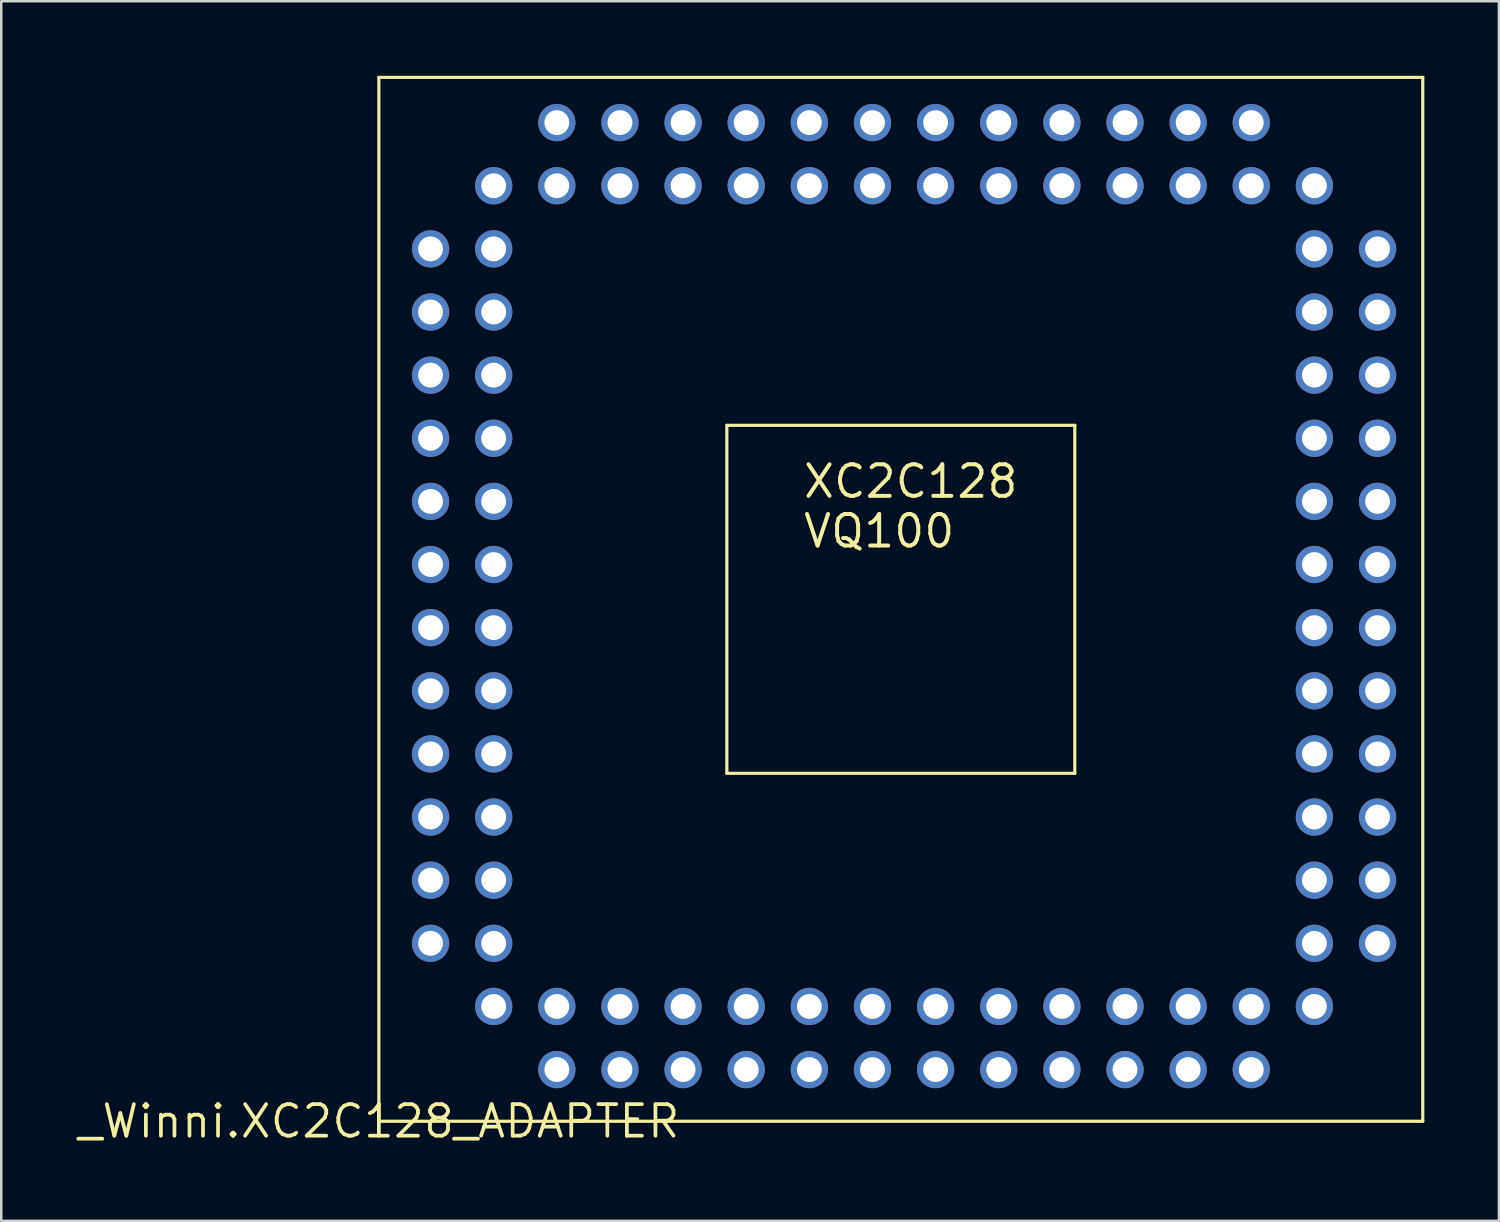
<source format=kicad_pcb>
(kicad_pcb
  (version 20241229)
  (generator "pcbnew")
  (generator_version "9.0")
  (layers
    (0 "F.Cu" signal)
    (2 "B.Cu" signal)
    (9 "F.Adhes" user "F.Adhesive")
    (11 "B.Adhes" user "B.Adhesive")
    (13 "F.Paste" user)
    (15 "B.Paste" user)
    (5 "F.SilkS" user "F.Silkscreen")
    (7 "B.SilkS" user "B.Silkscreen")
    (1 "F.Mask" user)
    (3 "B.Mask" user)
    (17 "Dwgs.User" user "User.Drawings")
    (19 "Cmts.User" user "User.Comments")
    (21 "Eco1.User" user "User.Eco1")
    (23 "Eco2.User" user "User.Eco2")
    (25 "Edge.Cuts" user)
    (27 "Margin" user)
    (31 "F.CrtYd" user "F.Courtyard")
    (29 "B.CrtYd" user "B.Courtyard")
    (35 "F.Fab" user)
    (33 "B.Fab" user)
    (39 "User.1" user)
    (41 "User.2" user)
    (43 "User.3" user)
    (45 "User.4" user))
  (footprint "_Winni.XC2C128_ADAPTER"
    (layer "F.Cu")
    (at 12.193 42.063)
    (property "Reference" "_Winni.XC2C128_ADAPTER" (at 0 0 0) (layer "F.SilkS") (effects (font (size 1.27 1.27) (thickness 0.15))))
    (attr through_hole)
    (fp_line (start 0 -42) (end 0 0) (stroke (width 0.127) (type default)) (layer "F.SilkS"))
    (fp_line (start 0 0) (end 42 0) (stroke (width 0.127) (type default)) (layer "F.SilkS"))
    (fp_line (start 14 -28) (end 14 -14) (stroke (width 0.127) (type default)) (layer "F.SilkS"))
    (fp_line (start 14 -14) (end 28 -14) (stroke (width 0.127) (type default)) (layer "F.SilkS"))
    (fp_line (start 28 -28) (end 14 -28) (stroke (width 0.127) (type default)) (layer "F.SilkS"))
    (fp_line (start 28 -14) (end 28 -28) (stroke (width 0.127) (type default)) (layer "F.SilkS"))
    (fp_line (start 42 -42) (end 0 -42) (stroke (width 0.127) (type default)) (layer "F.SilkS"))
    (fp_line (start 42 0) (end 42 -42) (stroke (width 0.127) (type default)) (layer "F.SilkS"))
    (fp_text user "VQ100" (at 17 -23 0) (layer "F.SilkS") (effects (font (size 1.27 1.27) (thickness 0.16)) (justify left bottom)))
    (fp_text user "XC2C128" (at 17 -25 0) (layer "F.SilkS") (effects (font (size 1.27 1.27) (thickness 0.16)) (justify left bottom)))
    (pad "1" thru_hole circle (at 7.16 -2.08) (size 1.5 1.5) (drill 1) (layers "*.Cu" "*.Mask"))
    (pad "2" thru_hole circle (at 7.16 -4.62) (size 1.5 1.5) (drill 1) (layers "*.Cu" "*.Mask"))
    (pad "3" thru_hole circle (at 9.7 -2.08) (size 1.5 1.5) (drill 1) (layers "*.Cu" "*.Mask"))
    (pad "4" thru_hole circle (at 9.7 -4.62) (size 1.5 1.5) (drill 1) (layers "*.Cu" "*.Mask"))
    (pad "5" thru_hole circle (at 12.24 -2.08) (size 1.5 1.5) (drill 1) (layers "*.Cu" "*.Mask"))
    (pad "6" thru_hole circle (at 12.24 -4.62) (size 1.5 1.5) (drill 1) (layers "*.Cu" "*.Mask"))
    (pad "7" thru_hole circle (at 14.78 -2.08) (size 1.5 1.5) (drill 1) (layers "*.Cu" "*.Mask"))
    (pad "8" thru_hole circle (at 14.78 -4.62) (size 1.5 1.5) (drill 1) (layers "*.Cu" "*.Mask"))
    (pad "9" thru_hole circle (at 17.32 -2.08) (size 1.5 1.5) (drill 1) (layers "*.Cu" "*.Mask"))
    (pad "10" thru_hole circle (at 17.32 -4.62) (size 1.5 1.5) (drill 1) (layers "*.Cu" "*.Mask"))
    (pad "11" thru_hole circle (at 19.86 -2.08) (size 1.5 1.5) (drill 1) (layers "*.Cu" "*.Mask"))
    (pad "12" thru_hole circle (at 19.86 -4.62) (size 1.5 1.5) (drill 1) (layers "*.Cu" "*.Mask"))
    (pad "13" thru_hole circle (at 22.4 -2.08) (size 1.5 1.5) (drill 1) (layers "*.Cu" "*.Mask"))
    (pad "14" thru_hole circle (at 22.4 -4.62) (size 1.5 1.5) (drill 1) (layers "*.Cu" "*.Mask"))
    (pad "15" thru_hole circle (at 24.94 -2.08) (size 1.5 1.5) (drill 1) (layers "*.Cu" "*.Mask"))
    (pad "16" thru_hole circle (at 24.94 -4.62) (size 1.5 1.5) (drill 1) (layers "*.Cu" "*.Mask"))
    (pad "17" thru_hole circle (at 27.48 -2.08) (size 1.5 1.5) (drill 1) (layers "*.Cu" "*.Mask"))
    (pad "18" thru_hole circle (at 27.48 -4.62) (size 1.5 1.5) (drill 1) (layers "*.Cu" "*.Mask"))
    (pad "19" thru_hole circle (at 30.02 -2.08) (size 1.5 1.5) (drill 1) (layers "*.Cu" "*.Mask"))
    (pad "20" thru_hole circle (at 30.02 -4.62) (size 1.5 1.5) (drill 1) (layers "*.Cu" "*.Mask"))
    (pad "21" thru_hole circle (at 32.56 -2.08) (size 1.5 1.5) (drill 1) (layers "*.Cu" "*.Mask"))
    (pad "22" thru_hole circle (at 32.56 -4.62) (size 1.5 1.5) (drill 1) (layers "*.Cu" "*.Mask"))
    (pad "23" thru_hole circle (at 35.1 -2.08) (size 1.5 1.5) (drill 1) (layers "*.Cu" "*.Mask"))
    (pad "24" thru_hole circle (at 35.1 -4.62) (size 1.5 1.5) (drill 1) (layers "*.Cu" "*.Mask"))
    (pad "25" thru_hole circle (at 37.64 -4.62) (size 1.5 1.5) (drill 1) (layers "*.Cu" "*.Mask"))
    (pad "26" thru_hole circle (at 40.18 -7.16) (size 1.5 1.5) (drill 1) (layers "*.Cu" "*.Mask"))
    (pad "27" thru_hole circle (at 37.64 -7.16) (size 1.5 1.5) (drill 1) (layers "*.Cu" "*.Mask"))
    (pad "28" thru_hole circle (at 40.18 -9.7) (size 1.5 1.5) (drill 1) (layers "*.Cu" "*.Mask"))
    (pad "29" thru_hole circle (at 37.64 -9.7) (size 1.5 1.5) (drill 1) (layers "*.Cu" "*.Mask"))
    (pad "30" thru_hole circle (at 40.18 -12.24) (size 1.5 1.5) (drill 1) (layers "*.Cu" "*.Mask"))
    (pad "31" thru_hole circle (at 37.64 -12.24) (size 1.5 1.5) (drill 1) (layers "*.Cu" "*.Mask"))
    (pad "32" thru_hole circle (at 40.18 -14.78) (size 1.5 1.5) (drill 1) (layers "*.Cu" "*.Mask"))
    (pad "33" thru_hole circle (at 37.64 -14.78) (size 1.5 1.5) (drill 1) (layers "*.Cu" "*.Mask"))
    (pad "34" thru_hole circle (at 40.18 -17.32) (size 1.5 1.5) (drill 1) (layers "*.Cu" "*.Mask"))
    (pad "35" thru_hole circle (at 37.64 -17.32) (size 1.5 1.5) (drill 1) (layers "*.Cu" "*.Mask"))
    (pad "36" thru_hole circle (at 40.18 -19.86) (size 1.5 1.5) (drill 1) (layers "*.Cu" "*.Mask"))
    (pad "37" thru_hole circle (at 37.64 -19.86) (size 1.5 1.5) (drill 1) (layers "*.Cu" "*.Mask"))
    (pad "38" thru_hole circle (at 40.18 -22.4) (size 1.5 1.5) (drill 1) (layers "*.Cu" "*.Mask"))
    (pad "39" thru_hole circle (at 37.64 -22.4) (size 1.5 1.5) (drill 1) (layers "*.Cu" "*.Mask"))
    (pad "40" thru_hole circle (at 40.18 -24.94) (size 1.5 1.5) (drill 1) (layers "*.Cu" "*.Mask"))
    (pad "41" thru_hole circle (at 37.64 -24.94) (size 1.5 1.5) (drill 1) (layers "*.Cu" "*.Mask"))
    (pad "42" thru_hole circle (at 40.18 -27.48) (size 1.5 1.5) (drill 1) (layers "*.Cu" "*.Mask"))
    (pad "43" thru_hole circle (at 37.64 -27.48) (size 1.5 1.5) (drill 1) (layers "*.Cu" "*.Mask"))
    (pad "44" thru_hole circle (at 40.18 -30.02) (size 1.5 1.5) (drill 1) (layers "*.Cu" "*.Mask"))
    (pad "45" thru_hole circle (at 37.64 -30.02) (size 1.5 1.5) (drill 1) (layers "*.Cu" "*.Mask"))
    (pad "46" thru_hole circle (at 40.18 -32.56) (size 1.5 1.5) (drill 1) (layers "*.Cu" "*.Mask"))
    (pad "47" thru_hole circle (at 37.64 -32.56) (size 1.5 1.5) (drill 1) (layers "*.Cu" "*.Mask"))
    (pad "48" thru_hole circle (at 40.18 -35.1) (size 1.5 1.5) (drill 1) (layers "*.Cu" "*.Mask"))
    (pad "49" thru_hole circle (at 37.64 -35.1) (size 1.5 1.5) (drill 1) (layers "*.Cu" "*.Mask"))
    (pad "50" thru_hole circle (at 37.64 -37.64) (size 1.5 1.5) (drill 1) (layers "*.Cu" "*.Mask"))
    (pad "51" thru_hole circle (at 35.1 -40.18) (size 1.5 1.5) (drill 1) (layers "*.Cu" "*.Mask"))
    (pad "52" thru_hole circle (at 35.1 -37.64) (size 1.5 1.5) (drill 1) (layers "*.Cu" "*.Mask"))
    (pad "53" thru_hole circle (at 32.56 -40.18) (size 1.5 1.5) (drill 1) (layers "*.Cu" "*.Mask"))
    (pad "54" thru_hole circle (at 32.56 -37.64) (size 1.5 1.5) (drill 1) (layers "*.Cu" "*.Mask"))
    (pad "55" thru_hole circle (at 30.02 -40.18) (size 1.5 1.5) (drill 1) (layers "*.Cu" "*.Mask"))
    (pad "56" thru_hole circle (at 30.02 -37.64) (size 1.5 1.5) (drill 1) (layers "*.Cu" "*.Mask"))
    (pad "57" thru_hole circle (at 27.48 -40.18) (size 1.5 1.5) (drill 1) (layers "*.Cu" "*.Mask"))
    (pad "58" thru_hole circle (at 27.48 -37.64) (size 1.5 1.5) (drill 1) (layers "*.Cu" "*.Mask"))
    (pad "59" thru_hole circle (at 24.94 -40.18) (size 1.5 1.5) (drill 1) (layers "*.Cu" "*.Mask"))
    (pad "60" thru_hole circle (at 24.94 -37.64) (size 1.5 1.5) (drill 1) (layers "*.Cu" "*.Mask"))
    (pad "61" thru_hole circle (at 22.4 -40.18) (size 1.5 1.5) (drill 1) (layers "*.Cu" "*.Mask"))
    (pad "62" thru_hole circle (at 22.4 -37.64) (size 1.5 1.5) (drill 1) (layers "*.Cu" "*.Mask"))
    (pad "63" thru_hole circle (at 19.86 -40.18) (size 1.5 1.5) (drill 1) (layers "*.Cu" "*.Mask"))
    (pad "64" thru_hole circle (at 19.86 -37.64) (size 1.5 1.5) (drill 1) (layers "*.Cu" "*.Mask"))
    (pad "65" thru_hole circle (at 17.32 -40.18) (size 1.5 1.5) (drill 1) (layers "*.Cu" "*.Mask"))
    (pad "66" thru_hole circle (at 17.32 -37.64) (size 1.5 1.5) (drill 1) (layers "*.Cu" "*.Mask"))
    (pad "67" thru_hole circle (at 14.78 -40.18) (size 1.5 1.5) (drill 1) (layers "*.Cu" "*.Mask"))
    (pad "68" thru_hole circle (at 14.78 -37.64) (size 1.5 1.5) (drill 1) (layers "*.Cu" "*.Mask"))
    (pad "69" thru_hole circle (at 12.24 -40.18) (size 1.5 1.5) (drill 1) (layers "*.Cu" "*.Mask"))
    (pad "70" thru_hole circle (at 12.24 -37.64) (size 1.5 1.5) (drill 1) (layers "*.Cu" "*.Mask"))
    (pad "71" thru_hole circle (at 9.7 -40.18) (size 1.5 1.5) (drill 1) (layers "*.Cu" "*.Mask"))
    (pad "72" thru_hole circle (at 9.7 -37.64) (size 1.5 1.5) (drill 1) (layers "*.Cu" "*.Mask"))
    (pad "73" thru_hole circle (at 7.16 -40.18) (size 1.5 1.5) (drill 1) (layers "*.Cu" "*.Mask"))
    (pad "74" thru_hole circle (at 7.16 -37.64) (size 1.5 1.5) (drill 1) (layers "*.Cu" "*.Mask"))
    (pad "75" thru_hole circle (at 4.62 -37.64) (size 1.5 1.5) (drill 1) (layers "*.Cu" "*.Mask"))
    (pad "76" thru_hole circle (at 2.08 -35.1) (size 1.5 1.5) (drill 1) (layers "*.Cu" "*.Mask"))
    (pad "77" thru_hole circle (at 4.62 -35.1) (size 1.5 1.5) (drill 1) (layers "*.Cu" "*.Mask"))
    (pad "78" thru_hole circle (at 2.08 -32.56) (size 1.5 1.5) (drill 1) (layers "*.Cu" "*.Mask"))
    (pad "79" thru_hole circle (at 4.62 -32.56) (size 1.5 1.5) (drill 1) (layers "*.Cu" "*.Mask"))
    (pad "80" thru_hole circle (at 2.08 -30.02) (size 1.5 1.5) (drill 1) (layers "*.Cu" "*.Mask"))
    (pad "81" thru_hole circle (at 4.62 -30.02) (size 1.5 1.5) (drill 1) (layers "*.Cu" "*.Mask"))
    (pad "82" thru_hole circle (at 2.08 -27.48) (size 1.5 1.5) (drill 1) (layers "*.Cu" "*.Mask"))
    (pad "83" thru_hole circle (at 4.62 -27.48) (size 1.5 1.5) (drill 1) (layers "*.Cu" "*.Mask"))
    (pad "84" thru_hole circle (at 2.08 -24.94) (size 1.5 1.5) (drill 1) (layers "*.Cu" "*.Mask"))
    (pad "85" thru_hole circle (at 4.62 -24.94) (size 1.5 1.5) (drill 1) (layers "*.Cu" "*.Mask"))
    (pad "86" thru_hole circle (at 2.08 -22.4) (size 1.5 1.5) (drill 1) (layers "*.Cu" "*.Mask"))
    (pad "87" thru_hole circle (at 4.62 -22.4) (size 1.5 1.5) (drill 1) (layers "*.Cu" "*.Mask"))
    (pad "88" thru_hole circle (at 2.08 -19.86) (size 1.5 1.5) (drill 1) (layers "*.Cu" "*.Mask"))
    (pad "89" thru_hole circle (at 4.62 -19.86) (size 1.5 1.5) (drill 1) (layers "*.Cu" "*.Mask"))
    (pad "90" thru_hole circle (at 2.08 -17.32) (size 1.5 1.5) (drill 1) (layers "*.Cu" "*.Mask"))
    (pad "91" thru_hole circle (at 4.62 -17.32) (size 1.5 1.5) (drill 1) (layers "*.Cu" "*.Mask"))
    (pad "92" thru_hole circle (at 2.08 -14.78) (size 1.5 1.5) (drill 1) (layers "*.Cu" "*.Mask"))
    (pad "93" thru_hole circle (at 4.62 -14.78) (size 1.5 1.5) (drill 1) (layers "*.Cu" "*.Mask"))
    (pad "94" thru_hole circle (at 2.08 -12.24) (size 1.5 1.5) (drill 1) (layers "*.Cu" "*.Mask"))
    (pad "95" thru_hole circle (at 4.62 -12.24) (size 1.5 1.5) (drill 1) (layers "*.Cu" "*.Mask"))
    (pad "96" thru_hole circle (at 2.08 -9.7) (size 1.5 1.5) (drill 1) (layers "*.Cu" "*.Mask"))
    (pad "97" thru_hole circle (at 4.62 -9.7) (size 1.5 1.5) (drill 1) (layers "*.Cu" "*.Mask"))
    (pad "98" thru_hole circle (at 2.08 -7.16) (size 1.5 1.5) (drill 1) (layers "*.Cu" "*.Mask"))
    (pad "99" thru_hole circle (at 4.62 -7.16) (size 1.5 1.5) (drill 1) (layers "*.Cu" "*.Mask"))
    (pad "100" thru_hole circle (at 4.62 -4.62) (size 1.5 1.5) (drill 1) (layers "*.Cu" "*.Mask")))
  (gr_rect
    (start -3 -3)
    (end 57.257 46.07)
    (stroke (width 0.1) (type default))
    (fill no)
    (layer "Edge.Cuts")))
</source>
